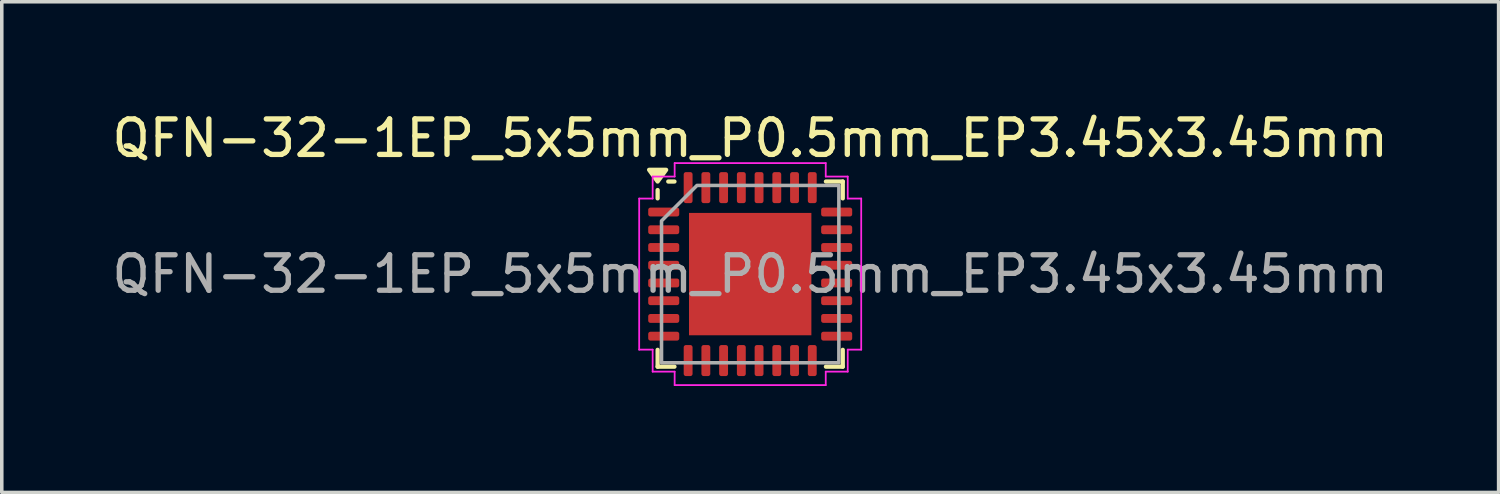
<source format=kicad_pcb>
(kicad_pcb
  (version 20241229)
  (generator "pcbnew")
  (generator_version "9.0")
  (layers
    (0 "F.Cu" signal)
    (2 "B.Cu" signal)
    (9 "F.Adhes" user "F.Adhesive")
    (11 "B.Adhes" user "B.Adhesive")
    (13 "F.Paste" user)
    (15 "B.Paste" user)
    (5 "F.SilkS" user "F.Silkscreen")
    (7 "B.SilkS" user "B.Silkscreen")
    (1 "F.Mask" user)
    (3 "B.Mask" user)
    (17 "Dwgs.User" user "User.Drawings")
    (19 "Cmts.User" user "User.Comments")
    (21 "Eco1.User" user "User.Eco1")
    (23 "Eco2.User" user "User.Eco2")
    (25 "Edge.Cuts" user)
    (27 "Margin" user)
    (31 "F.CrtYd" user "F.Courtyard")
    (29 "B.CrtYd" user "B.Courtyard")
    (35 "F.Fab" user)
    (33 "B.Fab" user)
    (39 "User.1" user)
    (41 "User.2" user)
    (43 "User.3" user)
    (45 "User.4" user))
  (footprint "QFN-32-1EP_5x5mm_P0.5mm_EP3.45x3.45mm"
    (layer "F.Cu")
    (at 18.101 4.678)
    (property "Reference" "QFN-32-1EP_5x5mm_P0.5mm_EP3.45x3.45mm" (at 0 -3.83 0) (layer "F.SilkS") (effects (font (size 1 1) (thickness 0.15))))
    (attr smd)
    (fp_line (start -2.61 -2.135) (end -2.61 -2.37) (stroke (width 0.12) (type solid)) (layer "F.SilkS"))
    (fp_line (start -2.61 2.61) (end -2.61 2.135) (stroke (width 0.12) (type solid)) (layer "F.SilkS"))
    (fp_line (start -2.135 -2.61) (end -2.31 -2.61) (stroke (width 0.12) (type solid)) (layer "F.SilkS"))
    (fp_line (start -2.135 2.61) (end -2.61 2.61) (stroke (width 0.12) (type solid)) (layer "F.SilkS"))
    (fp_line (start 2.135 -2.61) (end 2.61 -2.61) (stroke (width 0.12) (type solid)) (layer "F.SilkS"))
    (fp_line (start 2.135 2.61) (end 2.61 2.61) (stroke (width 0.12) (type solid)) (layer "F.SilkS"))
    (fp_line (start 2.61 -2.61) (end 2.61 -2.135) (stroke (width 0.12) (type solid)) (layer "F.SilkS"))
    (fp_line (start 2.61 2.61) (end 2.61 2.135) (stroke (width 0.12) (type solid)) (layer "F.SilkS"))
    (fp_poly (pts (xy -2.61 -2.61) (xy -2.85 -2.94) (xy -2.37 -2.94)) (stroke (width 0.12) (type solid)) (fill yes) (layer "F.SilkS"))
    (fp_line (start -3.13 -2.13) (end -2.75 -2.13) (stroke (width 0.05) (type solid)) (layer "F.CrtYd"))
    (fp_line (start -3.13 2.13) (end -3.13 -2.13) (stroke (width 0.05) (type solid)) (layer "F.CrtYd"))
    (fp_line (start -2.75 -2.75) (end -2.13 -2.75) (stroke (width 0.05) (type solid)) (layer "F.CrtYd"))
    (fp_line (start -2.75 -2.13) (end -2.75 -2.75) (stroke (width 0.05) (type solid)) (layer "F.CrtYd"))
    (fp_line (start -2.75 2.13) (end -3.13 2.13) (stroke (width 0.05) (type solid)) (layer "F.CrtYd"))
    (fp_line (start -2.75 2.75) (end -2.75 2.13) (stroke (width 0.05) (type solid)) (layer "F.CrtYd"))
    (fp_line (start -2.13 -3.13) (end 2.13 -3.13) (stroke (width 0.05) (type solid)) (layer "F.CrtYd"))
    (fp_line (start -2.13 -2.75) (end -2.13 -3.13) (stroke (width 0.05) (type solid)) (layer "F.CrtYd"))
    (fp_line (start -2.13 2.75) (end -2.75 2.75) (stroke (width 0.05) (type solid)) (layer "F.CrtYd"))
    (fp_line (start -2.13 3.13) (end -2.13 2.75) (stroke (width 0.05) (type solid)) (layer "F.CrtYd"))
    (fp_line (start 2.13 -3.13) (end 2.13 -2.75) (stroke (width 0.05) (type solid)) (layer "F.CrtYd"))
    (fp_line (start 2.13 -2.75) (end 2.75 -2.75) (stroke (width 0.05) (type solid)) (layer "F.CrtYd"))
    (fp_line (start 2.13 2.75) (end 2.13 3.13) (stroke (width 0.05) (type solid)) (layer "F.CrtYd"))
    (fp_line (start 2.13 3.13) (end -2.13 3.13) (stroke (width 0.05) (type solid)) (layer "F.CrtYd"))
    (fp_line (start 2.75 -2.75) (end 2.75 -2.13) (stroke (width 0.05) (type solid)) (layer "F.CrtYd"))
    (fp_line (start 2.75 -2.13) (end 3.13 -2.13) (stroke (width 0.05) (type solid)) (layer "F.CrtYd"))
    (fp_line (start 2.75 2.13) (end 2.75 2.75) (stroke (width 0.05) (type solid)) (layer "F.CrtYd"))
    (fp_line (start 2.75 2.75) (end 2.13 2.75) (stroke (width 0.05) (type solid)) (layer "F.CrtYd"))
    (fp_line (start 3.13 -2.13) (end 3.13 2.13) (stroke (width 0.05) (type solid)) (layer "F.CrtYd"))
    (fp_line (start 3.13 2.13) (end 2.75 2.13) (stroke (width 0.05) (type solid)) (layer "F.CrtYd"))
    (fp_poly (pts (xy -2.5 -1.5) (xy -2.5 2.5) (xy 2.5 2.5) (xy 2.5 -2.5) (xy -1.5 -2.5)) (stroke (width 0.1) (type solid)) (fill no) (layer "F.Fab"))
    (fp_text user "${REFERENCE}" (at 0 0 0) (layer "F.Fab") (effects (font (size 1 1) (thickness 0.15))))
    (pad "" smd roundrect (at -1.15 -1.15) (size 0.93 0.93) (layers "F.Paste") (roundrect_rratio 0.25))
    (pad "" smd roundrect (at -1.15 0) (size 0.93 0.93) (layers "F.Paste") (roundrect_rratio 0.25))
    (pad "" smd roundrect (at -1.15 1.15) (size 0.93 0.93) (layers "F.Paste") (roundrect_rratio 0.25))
    (pad "" smd roundrect (at 0 -1.15) (size 0.93 0.93) (layers "F.Paste") (roundrect_rratio 0.25))
    (pad "" smd roundrect (at 0 0) (size 0.93 0.93) (layers "F.Paste") (roundrect_rratio 0.25))
    (pad "" smd roundrect (at 0 1.15) (size 0.93 0.93) (layers "F.Paste") (roundrect_rratio 0.25))
    (pad "" smd roundrect (at 1.15 -1.15) (size 0.93 0.93) (layers "F.Paste") (roundrect_rratio 0.25))
    (pad "" smd roundrect (at 1.15 0) (size 0.93 0.93) (layers "F.Paste") (roundrect_rratio 0.25))
    (pad "" smd roundrect (at 1.15 1.15) (size 0.93 0.93) (layers "F.Paste") (roundrect_rratio 0.25))
    (pad "1" smd roundrect (at -2.438 -1.75) (size 0.875 0.25) (layers "F.Cu" "F.Mask" "F.Paste") (roundrect_rratio 0.25))
    (pad "2" smd roundrect (at -2.438 -1.25) (size 0.875 0.25) (layers "F.Cu" "F.Mask" "F.Paste") (roundrect_rratio 0.25))
    (pad "3" smd roundrect (at -2.438 -0.75) (size 0.875 0.25) (layers "F.Cu" "F.Mask" "F.Paste") (roundrect_rratio 0.25))
    (pad "4" smd roundrect (at -2.438 -0.25) (size 0.875 0.25) (layers "F.Cu" "F.Mask" "F.Paste") (roundrect_rratio 0.25))
    (pad "5" smd roundrect (at -2.438 0.25) (size 0.875 0.25) (layers "F.Cu" "F.Mask" "F.Paste") (roundrect_rratio 0.25))
    (pad "6" smd roundrect (at -2.438 0.75) (size 0.875 0.25) (layers "F.Cu" "F.Mask" "F.Paste") (roundrect_rratio 0.25))
    (pad "7" smd roundrect (at -2.438 1.25) (size 0.875 0.25) (layers "F.Cu" "F.Mask" "F.Paste") (roundrect_rratio 0.25))
    (pad "8" smd roundrect (at -2.438 1.75) (size 0.875 0.25) (layers "F.Cu" "F.Mask" "F.Paste") (roundrect_rratio 0.25))
    (pad "9" smd roundrect (at -1.75 2.438) (size 0.25 0.875) (layers "F.Cu" "F.Mask" "F.Paste") (roundrect_rratio 0.25))
    (pad "10" smd roundrect (at -1.25 2.438) (size 0.25 0.875) (layers "F.Cu" "F.Mask" "F.Paste") (roundrect_rratio 0.25))
    (pad "11" smd roundrect (at -0.75 2.438) (size 0.25 0.875) (layers "F.Cu" "F.Mask" "F.Paste") (roundrect_rratio 0.25))
    (pad "12" smd roundrect (at -0.25 2.438) (size 0.25 0.875) (layers "F.Cu" "F.Mask" "F.Paste") (roundrect_rratio 0.25))
    (pad "13" smd roundrect (at 0.25 2.438) (size 0.25 0.875) (layers "F.Cu" "F.Mask" "F.Paste") (roundrect_rratio 0.25))
    (pad "14" smd roundrect (at 0.75 2.438) (size 0.25 0.875) (layers "F.Cu" "F.Mask" "F.Paste") (roundrect_rratio 0.25))
    (pad "15" smd roundrect (at 1.25 2.438) (size 0.25 0.875) (layers "F.Cu" "F.Mask" "F.Paste") (roundrect_rratio 0.25))
    (pad "16" smd roundrect (at 1.75 2.438) (size 0.25 0.875) (layers "F.Cu" "F.Mask" "F.Paste") (roundrect_rratio 0.25))
    (pad "17" smd roundrect (at 2.438 1.75) (size 0.875 0.25) (layers "F.Cu" "F.Mask" "F.Paste") (roundrect_rratio 0.25))
    (pad "18" smd roundrect (at 2.438 1.25) (size 0.875 0.25) (layers "F.Cu" "F.Mask" "F.Paste") (roundrect_rratio 0.25))
    (pad "19" smd roundrect (at 2.438 0.75) (size 0.875 0.25) (layers "F.Cu" "F.Mask" "F.Paste") (roundrect_rratio 0.25))
    (pad "20" smd roundrect (at 2.438 0.25) (size 0.875 0.25) (layers "F.Cu" "F.Mask" "F.Paste") (roundrect_rratio 0.25))
    (pad "21" smd roundrect (at 2.438 -0.25) (size 0.875 0.25) (layers "F.Cu" "F.Mask" "F.Paste") (roundrect_rratio 0.25))
    (pad "22" smd roundrect (at 2.438 -0.75) (size 0.875 0.25) (layers "F.Cu" "F.Mask" "F.Paste") (roundrect_rratio 0.25))
    (pad "23" smd roundrect (at 2.438 -1.25) (size 0.875 0.25) (layers "F.Cu" "F.Mask" "F.Paste") (roundrect_rratio 0.25))
    (pad "24" smd roundrect (at 2.438 -1.75) (size 0.875 0.25) (layers "F.Cu" "F.Mask" "F.Paste") (roundrect_rratio 0.25))
    (pad "25" smd roundrect (at 1.75 -2.438) (size 0.25 0.875) (layers "F.Cu" "F.Mask" "F.Paste") (roundrect_rratio 0.25))
    (pad "26" smd roundrect (at 1.25 -2.438) (size 0.25 0.875) (layers "F.Cu" "F.Mask" "F.Paste") (roundrect_rratio 0.25))
    (pad "27" smd roundrect (at 0.75 -2.438) (size 0.25 0.875) (layers "F.Cu" "F.Mask" "F.Paste") (roundrect_rratio 0.25))
    (pad "28" smd roundrect (at 0.25 -2.438) (size 0.25 0.875) (layers "F.Cu" "F.Mask" "F.Paste") (roundrect_rratio 0.25))
    (pad "29" smd roundrect (at -0.25 -2.438) (size 0.25 0.875) (layers "F.Cu" "F.Mask" "F.Paste") (roundrect_rratio 0.25))
    (pad "30" smd roundrect (at -0.75 -2.438) (size 0.25 0.875) (layers "F.Cu" "F.Mask" "F.Paste") (roundrect_rratio 0.25))
    (pad "31" smd roundrect (at -1.25 -2.438) (size 0.25 0.875) (layers "F.Cu" "F.Mask" "F.Paste") (roundrect_rratio 0.25))
    (pad "32" smd roundrect (at -1.75 -2.438) (size 0.25 0.875) (layers "F.Cu" "F.Mask" "F.Paste") (roundrect_rratio 0.25))
    (pad "33" smd rect (at 0 0) (size 3.45 3.45) (property pad_prop_heatsink) (layers "F.Cu" "F.Mask")))
  (gr_rect
    (start -3 -3)
    (end 39.202 10.833)
    (stroke (width 0.1) (type default))
    (fill no)
    (layer "Edge.Cuts")))
</source>
